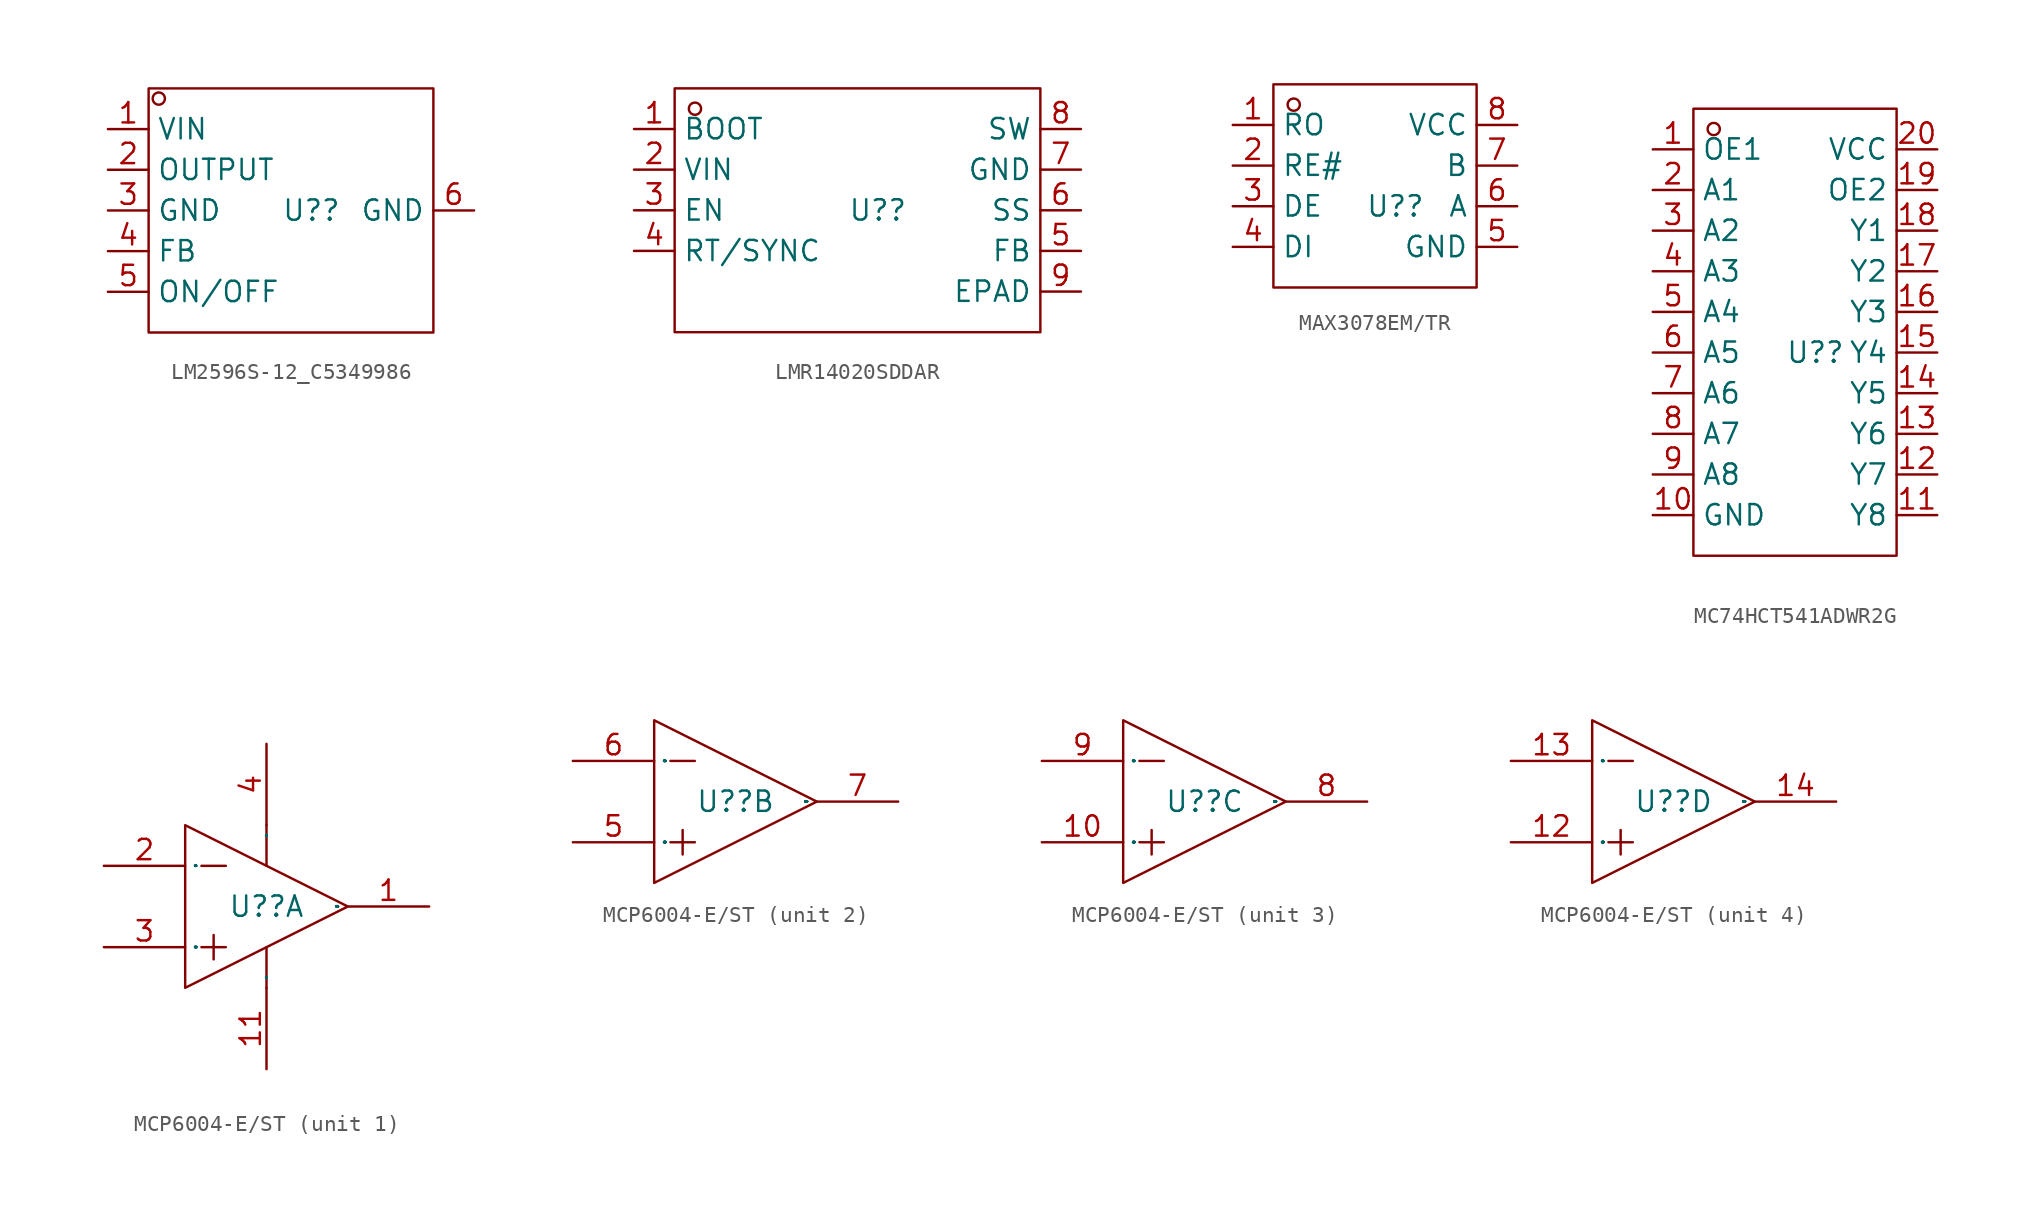
<source format=kicad_sym>
(kicad_symbol_lib
  (version 20231120)
  (generator "kicad_symbol_editor")
  (generator_version "8.0")
  (symbol "LM2596S-12_C5349986"
    (property "Reference" "U?"
      (at 0 0 0)
      (effects (font (size 1.27 1.27))))
    (property "Value" ""
      (at 0 0 0)
      (effects (font (size 1.27 1.27))))
    (symbol "LM2596S-12_C5349986_1_0"
      (rectangle (start -10.16 -7.62) (end 7.62 7.62) (stroke (width 0) (type default)) (fill (type none)))
      (circle (center -9.525 6.985) (radius 0.381) (stroke (width 0) (type default)) (fill (type none)))
      (pin unspecified line (at -12.7 5.08 0) (length 2.54) (name "VIN" (effects (font (size 1.27 1.27)))) (number "1" (effects (font (size 1.27 1.27)))))
      (pin unspecified line (at -12.7 2.54 0) (length 2.54) (name "OUTPUT" (effects (font (size 1.27 1.27)))) (number "2" (effects (font (size 1.27 1.27)))))
      (pin unspecified line (at -12.7 0 0) (length 2.54) (name "GND" (effects (font (size 1.27 1.27)))) (number "3" (effects (font (size 1.27 1.27)))))
      (pin unspecified line (at -12.7 -2.54 0) (length 2.54) (name "FB" (effects (font (size 1.27 1.27)))) (number "4" (effects (font (size 1.27 1.27)))))
      (pin unspecified line (at -12.7 -5.08 0) (length 2.54) (name "ON/OFF" (effects (font (size 1.27 1.27)))) (number "5" (effects (font (size 1.27 1.27)))))
      (pin unspecified line (at 10.16 0 180) (length 2.54) (name "GND" (effects (font (size 1.27 1.27)))) (number "6" (effects (font (size 1.27 1.27)))))))
  (symbol "LMR14020SDDAR"
    (property "Reference" "U?"
      (at 0 0 0)
      (effects (font (size 1.27 1.27))))
    (property "Value" ""
      (at 0 0 0)
      (effects (font (size 1.27 1.27))))
    (symbol "LMR14020SDDAR_1_0"
      (rectangle (start -12.7 -7.62) (end 10.16 7.62) (stroke (width 0) (type default)) (fill (type none)))
      (circle (center -11.43 6.35) (radius 0.381) (stroke (width 0) (type default)) (fill (type none)))
      (pin input line (at -15.24 5.08 0) (length 2.54) (name "BOOT" (effects (font (size 1.27 1.27)))) (number "1" (effects (font (size 1.27 1.27)))))
      (pin input line (at -15.24 2.54 0) (length 2.54) (name "VIN" (effects (font (size 1.27 1.27)))) (number "2" (effects (font (size 1.27 1.27)))))
      (pin input line (at -15.24 0 0) (length 2.54) (name "EN" (effects (font (size 1.27 1.27)))) (number "3" (effects (font (size 1.27 1.27)))))
      (pin input line (at -15.24 -2.54 0) (length 2.54) (name "RT/SYNC" (effects (font (size 1.27 1.27)))) (number "4" (effects (font (size 1.27 1.27)))))
      (pin input line (at 12.7 -2.54 180) (length 2.54) (name "FB" (effects (font (size 1.27 1.27)))) (number "5" (effects (font (size 1.27 1.27)))))
      (pin input line (at 12.7 0 180) (length 2.54) (name "SS" (effects (font (size 1.27 1.27)))) (number "6" (effects (font (size 1.27 1.27)))))
      (pin input line (at 12.7 2.54 180) (length 2.54) (name "GND" (effects (font (size 1.27 1.27)))) (number "7" (effects (font (size 1.27 1.27)))))
      (pin input line (at 12.7 5.08 180) (length 2.54) (name "SW" (effects (font (size 1.27 1.27)))) (number "8" (effects (font (size 1.27 1.27)))))
      (pin input line (at 12.7 -5.08 180) (length 2.54) (name "EPAD" (effects (font (size 1.27 1.27)))) (number "9" (effects (font (size 1.27 1.27)))))))
  (symbol "MAX3078EM/TR"
    (property "Reference" "U?"
      (at 0 0 0)
      (effects (font (size 1.27 1.27))))
    (property "Value" ""
      (at 0 0 0)
      (effects (font (size 1.27 1.27))))
    (symbol "MAX3078EM/TR_1_0"
      (rectangle (start -7.62 -5.08) (end 5.08 7.62) (stroke (width 0) (type default)) (fill (type none)))
      (circle (center -6.35 6.35) (radius 0.381) (stroke (width 0) (type default)) (fill (type none)))
      (pin unspecified line (at -10.16 5.08 0) (length 2.54) (name "RO" (effects (font (size 1.27 1.27)))) (number "1" (effects (font (size 1.27 1.27)))))
      (pin unspecified line (at -10.16 2.54 0) (length 2.54) (name "RE#" (effects (font (size 1.27 1.27)))) (number "2" (effects (font (size 1.27 1.27)))))
      (pin unspecified line (at -10.16 0 0) (length 2.54) (name "DE" (effects (font (size 1.27 1.27)))) (number "3" (effects (font (size 1.27 1.27)))))
      (pin unspecified line (at -10.16 -2.54 0) (length 2.54) (name "DI" (effects (font (size 1.27 1.27)))) (number "4" (effects (font (size 1.27 1.27)))))
      (pin unspecified line (at 7.62 -2.54 180) (length 2.54) (name "GND" (effects (font (size 1.27 1.27)))) (number "5" (effects (font (size 1.27 1.27)))))
      (pin unspecified line (at 7.62 0 180) (length 2.54) (name "A" (effects (font (size 1.27 1.27)))) (number "6" (effects (font (size 1.27 1.27)))))
      (pin unspecified line (at 7.62 2.54 180) (length 2.54) (name "B" (effects (font (size 1.27 1.27)))) (number "7" (effects (font (size 1.27 1.27)))))
      (pin unspecified line (at 7.62 5.08 180) (length 2.54) (name "VCC" (effects (font (size 1.27 1.27)))) (number "8" (effects (font (size 1.27 1.27)))))))
  (symbol "MC74HCT541ADWR2G"
    (property "Reference" "U?"
      (at 0 0 0)
      (effects (font (size 1.27 1.27))))
    (property "Value" ""
      (at 0 0 0)
      (effects (font (size 1.27 1.27))))
    (symbol "MC74HCT541ADWR2G_1_0"
      (rectangle (start -7.62 -12.7) (end 5.08 15.24) (stroke (width 0) (type default)) (fill (type none)))
      (circle (center -6.35 13.97) (radius 0.381) (stroke (width 0) (type default)) (fill (type none)))
      (pin input line (at -10.16 12.7 0) (length 2.54) (name "OE1" (effects (font (size 1.27 1.27)))) (number "1" (effects (font (size 1.27 1.27)))))
      (pin input line (at -10.16 -10.16 0) (length 2.54) (name "GND" (effects (font (size 1.27 1.27)))) (number "10" (effects (font (size 1.27 1.27)))))
      (pin input line (at 7.62 -10.16 180) (length 2.54) (name "Y8" (effects (font (size 1.27 1.27)))) (number "11" (effects (font (size 1.27 1.27)))))
      (pin input line (at 7.62 -7.62 180) (length 2.54) (name "Y7" (effects (font (size 1.27 1.27)))) (number "12" (effects (font (size 1.27 1.27)))))
      (pin input line (at 7.62 -5.08 180) (length 2.54) (name "Y6" (effects (font (size 1.27 1.27)))) (number "13" (effects (font (size 1.27 1.27)))))
      (pin input line (at 7.62 -2.54 180) (length 2.54) (name "Y5" (effects (font (size 1.27 1.27)))) (number "14" (effects (font (size 1.27 1.27)))))
      (pin input line (at 7.62 0 180) (length 2.54) (name "Y4" (effects (font (size 1.27 1.27)))) (number "15" (effects (font (size 1.27 1.27)))))
      (pin input line (at 7.62 2.54 180) (length 2.54) (name "Y3" (effects (font (size 1.27 1.27)))) (number "16" (effects (font (size 1.27 1.27)))))
      (pin input line (at 7.62 5.08 180) (length 2.54) (name "Y2" (effects (font (size 1.27 1.27)))) (number "17" (effects (font (size 1.27 1.27)))))
      (pin input line (at 7.62 7.62 180) (length 2.54) (name "Y1" (effects (font (size 1.27 1.27)))) (number "18" (effects (font (size 1.27 1.27)))))
      (pin input line (at 7.62 10.16 180) (length 2.54) (name "OE2" (effects (font (size 1.27 1.27)))) (number "19" (effects (font (size 1.27 1.27)))))
      (pin input line (at -10.16 10.16 0) (length 2.54) (name "A1" (effects (font (size 1.27 1.27)))) (number "2" (effects (font (size 1.27 1.27)))))
      (pin input line (at 7.62 12.7 180) (length 2.54) (name "VCC" (effects (font (size 1.27 1.27)))) (number "20" (effects (font (size 1.27 1.27)))))
      (pin input line (at -10.16 7.62 0) (length 2.54) (name "A2" (effects (font (size 1.27 1.27)))) (number "3" (effects (font (size 1.27 1.27)))))
      (pin input line (at -10.16 5.08 0) (length 2.54) (name "A3" (effects (font (size 1.27 1.27)))) (number "4" (effects (font (size 1.27 1.27)))))
      (pin input line (at -10.16 2.54 0) (length 2.54) (name "A4" (effects (font (size 1.27 1.27)))) (number "5" (effects (font (size 1.27 1.27)))))
      (pin input line (at -10.16 0 0) (length 2.54) (name "A5" (effects (font (size 1.27 1.27)))) (number "6" (effects (font (size 1.27 1.27)))))
      (pin input line (at -10.16 -2.54 0) (length 2.54) (name "A6" (effects (font (size 1.27 1.27)))) (number "7" (effects (font (size 1.27 1.27)))))
      (pin input line (at -10.16 -5.08 0) (length 2.54) (name "A7" (effects (font (size 1.27 1.27)))) (number "8" (effects (font (size 1.27 1.27)))))
      (pin input line (at -10.16 -7.62 0) (length 2.54) (name "A8" (effects (font (size 1.27 1.27)))) (number "9" (effects (font (size 1.27 1.27)))))))
  (symbol "MCP6004-E/ST"
    (property "Reference" "U?"
      (at 0 0 0)
      (effects (font (size 1.27 1.27))))
    (property "Value" ""
      (at 0 0 0)
      (effects (font (size 1.27 1.27))))
    (symbol "MCP6004-E/ST_1_0"
      (polyline (pts (xy -4.064 -2.54) (xy -2.54 -2.54)) (stroke (width 0) (type default)) (fill (type none)))
      (polyline (pts (xy -4.064 2.54) (xy -2.54 2.54)) (stroke (width 0) (type default)) (fill (type none)))
      (polyline (pts (xy -3.302 -1.778) (xy -3.302 -3.302)) (stroke (width 0) (type default)) (fill (type none)))
      (polyline (pts (xy 0 -2.54) (xy 0 -5.08)) (stroke (width 0) (type default)) (fill (type none)))
      (polyline (pts (xy 0 5.08) (xy 0 2.54)) (stroke (width 0) (type default)) (fill (type none)))
      (polyline (pts (xy -5.08 -5.08) (xy 5.08 0) (xy 5.08 0) (xy -5.08 5.08) (xy -5.08 5.08) (xy -5.08 -5.08)) (stroke (width 0) (type default)) (fill (type none)))
      (pin output line (at 10.16 0 180) (length 5.08) (name "VOUTA" (effects (font (size 0.025 0.025)))) (number "1" (effects (font (size 1.27 1.27)))))
      (pin input line (at 0 -10.16 90) (length 5.08) (name "VSS" (effects (font (size 0.025 0.025)))) (number "11" (effects (font (size 1.27 1.27)))))
      (pin input line (at -10.16 2.54 0) (length 5.08) (name "VINA–" (effects (font (size 0.025 0.025)))) (number "2" (effects (font (size 1.27 1.27)))))
      (pin input line (at -10.16 -2.54 0) (length 5.08) (name "VINA+" (effects (font (size 0.025 0.025)))) (number "3" (effects (font (size 1.27 1.27)))))
      (pin input line (at 0 10.16 270) (length 5.08) (name "VDD" (effects (font (size 0.025 0.025)))) (number "4" (effects (font (size 1.27 1.27))))))
    (symbol "MCP6004-E/ST_2_0"
      (polyline (pts (xy -4.064 -2.54) (xy -2.54 -2.54)) (stroke (width 0) (type default)) (fill (type none)))
      (polyline (pts (xy -4.064 2.54) (xy -2.54 2.54)) (stroke (width 0) (type default)) (fill (type none)))
      (polyline (pts (xy -3.302 -1.778) (xy -3.302 -3.302)) (stroke (width 0) (type default)) (fill (type none)))
      (polyline (pts (xy -5.08 -5.08) (xy 5.08 0) (xy 5.08 0) (xy -5.08 5.08) (xy -5.08 5.08) (xy -5.08 -5.08)) (stroke (width 0) (type default)) (fill (type none)))
      (pin input line (at -10.16 -2.54 0) (length 5.08) (name "VINB+" (effects (font (size 0.025 0.025)))) (number "5" (effects (font (size 1.27 1.27)))))
      (pin input line (at -10.16 2.54 0) (length 5.08) (name "VINB–" (effects (font (size 0.025 0.025)))) (number "6" (effects (font (size 1.27 1.27)))))
      (pin output line (at 10.16 0 180) (length 5.08) (name "VOUTB" (effects (font (size 0.025 0.025)))) (number "7" (effects (font (size 1.27 1.27))))))
    (symbol "MCP6004-E/ST_3_0"
      (polyline (pts (xy -4.064 -2.54) (xy -2.54 -2.54)) (stroke (width 0) (type default)) (fill (type none)))
      (polyline (pts (xy -4.064 2.54) (xy -2.54 2.54)) (stroke (width 0) (type default)) (fill (type none)))
      (polyline (pts (xy -3.302 -1.778) (xy -3.302 -3.302)) (stroke (width 0) (type default)) (fill (type none)))
      (polyline (pts (xy -5.08 -5.08) (xy 5.08 0) (xy 5.08 0) (xy -5.08 5.08) (xy -5.08 5.08) (xy -5.08 -5.08)) (stroke (width 0) (type default)) (fill (type none)))
      (pin input line (at -10.16 -2.54 0) (length 5.08) (name "VINC+" (effects (font (size 0.025 0.025)))) (number "10" (effects (font (size 1.27 1.27)))))
      (pin output line (at 10.16 0 180) (length 5.08) (name "VOUTC" (effects (font (size 0.025 0.025)))) (number "8" (effects (font (size 1.27 1.27)))))
      (pin input line (at -10.16 2.54 0) (length 5.08) (name "VINC–" (effects (font (size 0.025 0.025)))) (number "9" (effects (font (size 1.27 1.27))))))
    (symbol "MCP6004-E/ST_4_0"
      (polyline (pts (xy -4.064 -2.54) (xy -2.54 -2.54)) (stroke (width 0) (type default)) (fill (type none)))
      (polyline (pts (xy -4.064 2.54) (xy -2.54 2.54)) (stroke (width 0) (type default)) (fill (type none)))
      (polyline (pts (xy -3.302 -1.778) (xy -3.302 -3.302)) (stroke (width 0) (type default)) (fill (type none)))
      (polyline (pts (xy -5.08 -5.08) (xy 5.08 0) (xy 5.08 0) (xy -5.08 5.08) (xy -5.08 5.08) (xy -5.08 -5.08)) (stroke (width 0) (type default)) (fill (type none)))
      (pin input line (at -10.16 -2.54 0) (length 5.08) (name "VIND+" (effects (font (size 0.025 0.025)))) (number "12" (effects (font (size 1.27 1.27)))))
      (pin input line (at -10.16 2.54 0) (length 5.08) (name "VIND–" (effects (font (size 0.025 0.025)))) (number "13" (effects (font (size 1.27 1.27)))))
      (pin output line (at 10.16 0 180) (length 5.08) (name "VOUTD" (effects (font (size 0.025 0.025)))) (number "14" (effects (font (size 1.27 1.27))))))))
</source>
